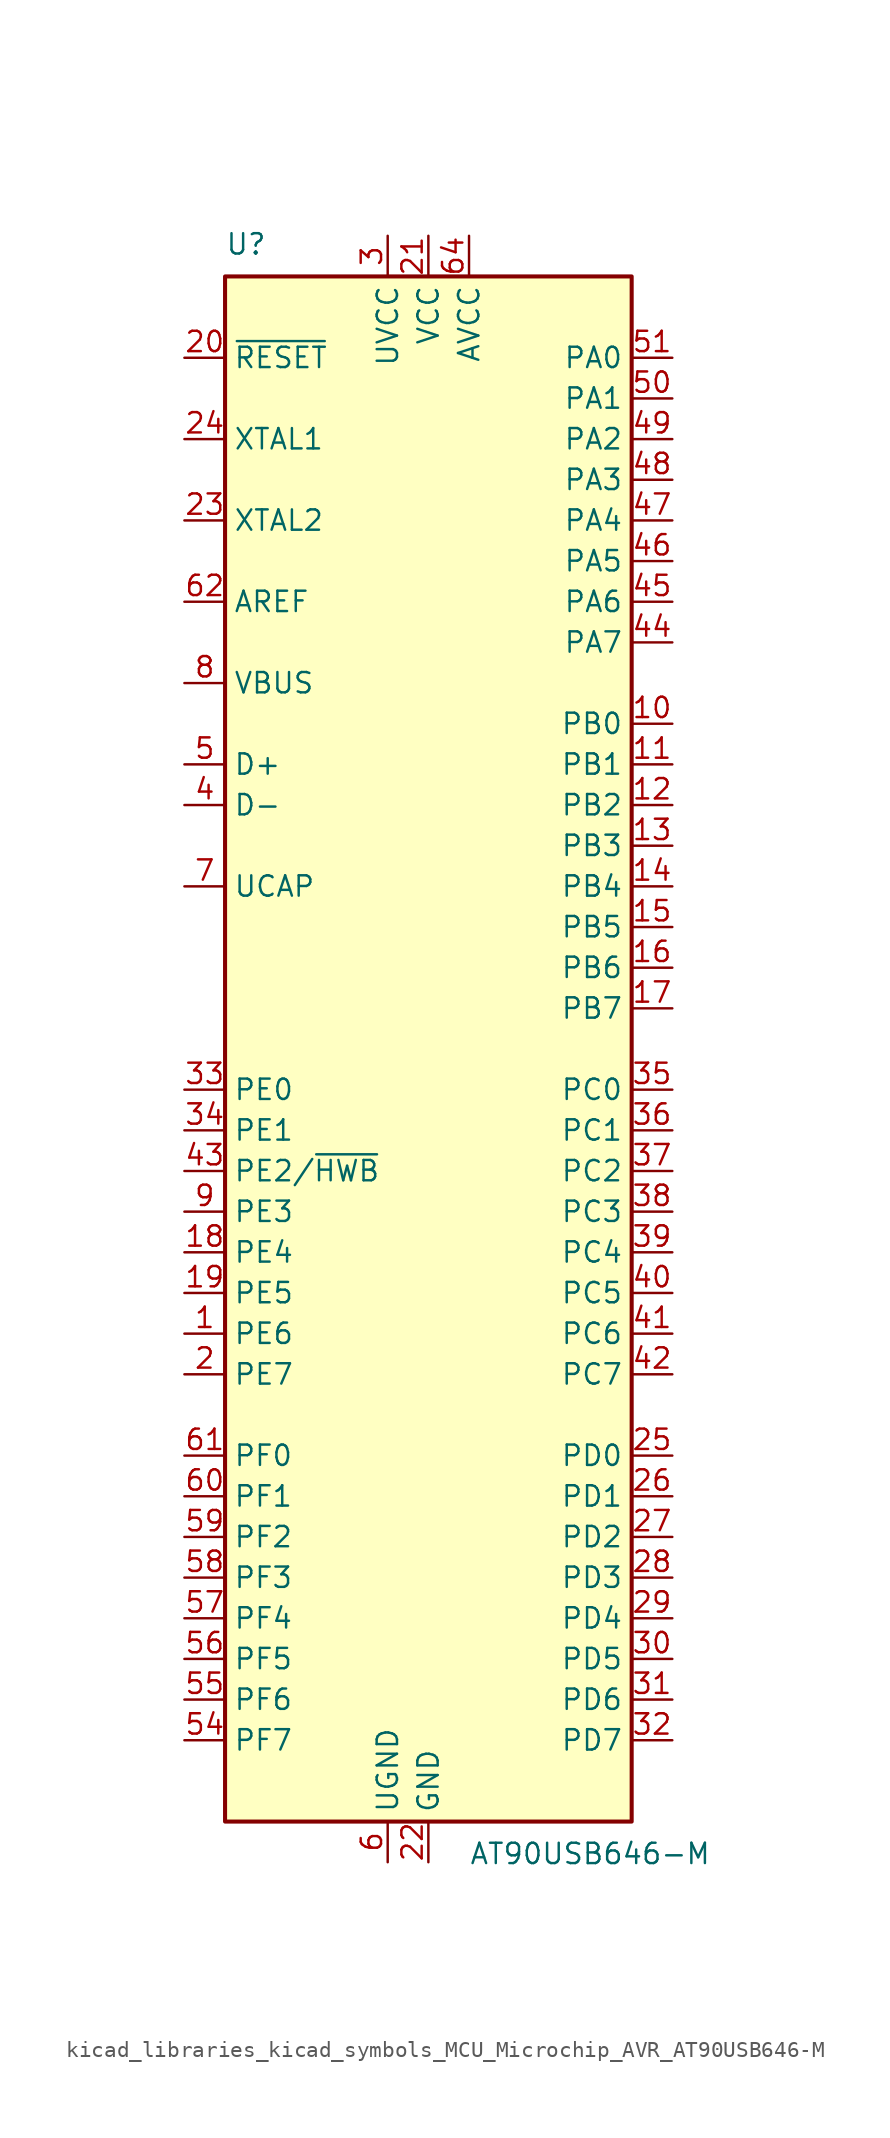
<source format=kicad_sym>
(kicad_symbol_lib
  (version 20220914)
  (generator kicad_symbol_editor)
  (symbol "kicad_libraries_kicad_symbols_MCU_Microchip_AVR_AT90USB646-M"
    (property "Reference" "U"
      (at -12.7 49.53 0)
      (effects (font (size 1.27 1.27)) (justify left bottom)))
    (property "Value" "AT90USB646-M"
      (at 2.54 -49.53 0)
      (effects (font (size 1.27 1.27)) (justify left top)))
    (symbol "kicad_libraries_kicad_symbols_MCU_Microchip_AVR_AT90USB646-M_0_1"
      (rectangle (start -12.7 -48.26) (end 12.7 48.26) (stroke (width 0.254) (type default)) (fill (type background))))
    (symbol "kicad_libraries_kicad_symbols_MCU_Microchip_AVR_AT90USB646-M_1_1"
      (pin bidirectional line (at -15.24 -17.78 0) (length 2.54) (name "PE6" (effects (font (size 1.27 1.27)))) (number "1" (effects (font (size 1.27 1.27)))))
      (pin bidirectional line (at 15.24 20.32 180) (length 2.54) (name "PB0" (effects (font (size 1.27 1.27)))) (number "10" (effects (font (size 1.27 1.27)))))
      (pin bidirectional line (at 15.24 17.78 180) (length 2.54) (name "PB1" (effects (font (size 1.27 1.27)))) (number "11" (effects (font (size 1.27 1.27)))))
      (pin bidirectional line (at 15.24 15.24 180) (length 2.54) (name "PB2" (effects (font (size 1.27 1.27)))) (number "12" (effects (font (size 1.27 1.27)))))
      (pin bidirectional line (at 15.24 12.7 180) (length 2.54) (name "PB3" (effects (font (size 1.27 1.27)))) (number "13" (effects (font (size 1.27 1.27)))))
      (pin bidirectional line (at 15.24 10.16 180) (length 2.54) (name "PB4" (effects (font (size 1.27 1.27)))) (number "14" (effects (font (size 1.27 1.27)))))
      (pin bidirectional line (at 15.24 7.62 180) (length 2.54) (name "PB5" (effects (font (size 1.27 1.27)))) (number "15" (effects (font (size 1.27 1.27)))))
      (pin bidirectional line (at 15.24 5.08 180) (length 2.54) (name "PB6" (effects (font (size 1.27 1.27)))) (number "16" (effects (font (size 1.27 1.27)))))
      (pin bidirectional line (at 15.24 2.54 180) (length 2.54) (name "PB7" (effects (font (size 1.27 1.27)))) (number "17" (effects (font (size 1.27 1.27)))))
      (pin bidirectional line (at -15.24 -12.7 0) (length 2.54) (name "PE4" (effects (font (size 1.27 1.27)))) (number "18" (effects (font (size 1.27 1.27)))))
      (pin bidirectional line (at -15.24 -15.24 0) (length 2.54) (name "PE5" (effects (font (size 1.27 1.27)))) (number "19" (effects (font (size 1.27 1.27)))))
      (pin bidirectional line (at -15.24 -20.32 0) (length 2.54) (name "PE7" (effects (font (size 1.27 1.27)))) (number "2" (effects (font (size 1.27 1.27)))))
      (pin input line (at -15.24 43.18 0) (length 2.54) (name "~{RESET}" (effects (font (size 1.27 1.27)))) (number "20" (effects (font (size 1.27 1.27)))))
      (pin power_in line (at 0 50.8 270) (length 2.54) (name "VCC" (effects (font (size 1.27 1.27)))) (number "21" (effects (font (size 1.27 1.27)))))
      (pin power_in line (at 0 -50.8 90) (length 2.54) (name "GND" (effects (font (size 1.27 1.27)))) (number "22" (effects (font (size 1.27 1.27)))))
      (pin output line (at -15.24 33.02 0) (length 2.54) (name "XTAL2" (effects (font (size 1.27 1.27)))) (number "23" (effects (font (size 1.27 1.27)))))
      (pin input line (at -15.24 38.1 0) (length 2.54) (name "XTAL1" (effects (font (size 1.27 1.27)))) (number "24" (effects (font (size 1.27 1.27)))))
      (pin bidirectional line (at 15.24 -25.4 180) (length 2.54) (name "PD0" (effects (font (size 1.27 1.27)))) (number "25" (effects (font (size 1.27 1.27)))))
      (pin bidirectional line (at 15.24 -27.94 180) (length 2.54) (name "PD1" (effects (font (size 1.27 1.27)))) (number "26" (effects (font (size 1.27 1.27)))))
      (pin bidirectional line (at 15.24 -30.48 180) (length 2.54) (name "PD2" (effects (font (size 1.27 1.27)))) (number "27" (effects (font (size 1.27 1.27)))))
      (pin bidirectional line (at 15.24 -33.02 180) (length 2.54) (name "PD3" (effects (font (size 1.27 1.27)))) (number "28" (effects (font (size 1.27 1.27)))))
      (pin bidirectional line (at 15.24 -35.56 180) (length 2.54) (name "PD4" (effects (font (size 1.27 1.27)))) (number "29" (effects (font (size 1.27 1.27)))))
      (pin power_in line (at -2.54 50.8 270) (length 2.54) (name "UVCC" (effects (font (size 1.27 1.27)))) (number "3" (effects (font (size 1.27 1.27)))))
      (pin bidirectional line (at 15.24 -38.1 180) (length 2.54) (name "PD5" (effects (font (size 1.27 1.27)))) (number "30" (effects (font (size 1.27 1.27)))))
      (pin bidirectional line (at 15.24 -40.64 180) (length 2.54) (name "PD6" (effects (font (size 1.27 1.27)))) (number "31" (effects (font (size 1.27 1.27)))))
      (pin bidirectional line (at 15.24 -43.18 180) (length 2.54) (name "PD7" (effects (font (size 1.27 1.27)))) (number "32" (effects (font (size 1.27 1.27)))))
      (pin bidirectional line (at -15.24 -2.54 0) (length 2.54) (name "PE0" (effects (font (size 1.27 1.27)))) (number "33" (effects (font (size 1.27 1.27)))))
      (pin bidirectional line (at -15.24 -5.08 0) (length 2.54) (name "PE1" (effects (font (size 1.27 1.27)))) (number "34" (effects (font (size 1.27 1.27)))))
      (pin bidirectional line (at 15.24 -2.54 180) (length 2.54) (name "PC0" (effects (font (size 1.27 1.27)))) (number "35" (effects (font (size 1.27 1.27)))))
      (pin bidirectional line (at 15.24 -5.08 180) (length 2.54) (name "PC1" (effects (font (size 1.27 1.27)))) (number "36" (effects (font (size 1.27 1.27)))))
      (pin bidirectional line (at 15.24 -7.62 180) (length 2.54) (name "PC2" (effects (font (size 1.27 1.27)))) (number "37" (effects (font (size 1.27 1.27)))))
      (pin bidirectional line (at 15.24 -10.16 180) (length 2.54) (name "PC3" (effects (font (size 1.27 1.27)))) (number "38" (effects (font (size 1.27 1.27)))))
      (pin bidirectional line (at 15.24 -12.7 180) (length 2.54) (name "PC4" (effects (font (size 1.27 1.27)))) (number "39" (effects (font (size 1.27 1.27)))))
      (pin bidirectional line (at -15.24 15.24 0) (length 2.54) (name "D-" (effects (font (size 1.27 1.27)))) (number "4" (effects (font (size 1.27 1.27)))))
      (pin bidirectional line (at 15.24 -15.24 180) (length 2.54) (name "PC5" (effects (font (size 1.27 1.27)))) (number "40" (effects (font (size 1.27 1.27)))))
      (pin bidirectional line (at 15.24 -17.78 180) (length 2.54) (name "PC6" (effects (font (size 1.27 1.27)))) (number "41" (effects (font (size 1.27 1.27)))))
      (pin bidirectional line (at 15.24 -20.32 180) (length 2.54) (name "PC7" (effects (font (size 1.27 1.27)))) (number "42" (effects (font (size 1.27 1.27)))))
      (pin bidirectional line (at -15.24 -7.62 0) (length 2.54) (name "PE2/~{HWB}" (effects (font (size 1.27 1.27)))) (number "43" (effects (font (size 1.27 1.27)))))
      (pin bidirectional line (at 15.24 25.4 180) (length 2.54) (name "PA7" (effects (font (size 1.27 1.27)))) (number "44" (effects (font (size 1.27 1.27)))))
      (pin bidirectional line (at 15.24 27.94 180) (length 2.54) (name "PA6" (effects (font (size 1.27 1.27)))) (number "45" (effects (font (size 1.27 1.27)))))
      (pin bidirectional line (at 15.24 30.48 180) (length 2.54) (name "PA5" (effects (font (size 1.27 1.27)))) (number "46" (effects (font (size 1.27 1.27)))))
      (pin bidirectional line (at 15.24 33.02 180) (length 2.54) (name "PA4" (effects (font (size 1.27 1.27)))) (number "47" (effects (font (size 1.27 1.27)))))
      (pin bidirectional line (at 15.24 35.56 180) (length 2.54) (name "PA3" (effects (font (size 1.27 1.27)))) (number "48" (effects (font (size 1.27 1.27)))))
      (pin bidirectional line (at 15.24 38.1 180) (length 2.54) (name "PA2" (effects (font (size 1.27 1.27)))) (number "49" (effects (font (size 1.27 1.27)))))
      (pin bidirectional line (at -15.24 17.78 0) (length 2.54) (name "D+" (effects (font (size 1.27 1.27)))) (number "5" (effects (font (size 1.27 1.27)))))
      (pin bidirectional line (at 15.24 40.64 180) (length 2.54) (name "PA1" (effects (font (size 1.27 1.27)))) (number "50" (effects (font (size 1.27 1.27)))))
      (pin bidirectional line (at 15.24 43.18 180) (length 2.54) (name "PA0" (effects (font (size 1.27 1.27)))) (number "51" (effects (font (size 1.27 1.27)))))
      (pin passive line (at 0 50.8 270) (length 2.54) hide (name "VCC" (effects (font (size 1.27 1.27)))) (number "52" (effects (font (size 1.27 1.27)))))
      (pin passive line (at 0 -50.8 90) (length 2.54) hide (name "GND" (effects (font (size 1.27 1.27)))) (number "53" (effects (font (size 1.27 1.27)))))
      (pin bidirectional line (at -15.24 -43.18 0) (length 2.54) (name "PF7" (effects (font (size 1.27 1.27)))) (number "54" (effects (font (size 1.27 1.27)))))
      (pin bidirectional line (at -15.24 -40.64 0) (length 2.54) (name "PF6" (effects (font (size 1.27 1.27)))) (number "55" (effects (font (size 1.27 1.27)))))
      (pin bidirectional line (at -15.24 -38.1 0) (length 2.54) (name "PF5" (effects (font (size 1.27 1.27)))) (number "56" (effects (font (size 1.27 1.27)))))
      (pin bidirectional line (at -15.24 -35.56 0) (length 2.54) (name "PF4" (effects (font (size 1.27 1.27)))) (number "57" (effects (font (size 1.27 1.27)))))
      (pin bidirectional line (at -15.24 -33.02 0) (length 2.54) (name "PF3" (effects (font (size 1.27 1.27)))) (number "58" (effects (font (size 1.27 1.27)))))
      (pin bidirectional line (at -15.24 -30.48 0) (length 2.54) (name "PF2" (effects (font (size 1.27 1.27)))) (number "59" (effects (font (size 1.27 1.27)))))
      (pin power_in line (at -2.54 -50.8 90) (length 2.54) (name "UGND" (effects (font (size 1.27 1.27)))) (number "6" (effects (font (size 1.27 1.27)))))
      (pin bidirectional line (at -15.24 -27.94 0) (length 2.54) (name "PF1" (effects (font (size 1.27 1.27)))) (number "60" (effects (font (size 1.27 1.27)))))
      (pin bidirectional line (at -15.24 -25.4 0) (length 2.54) (name "PF0" (effects (font (size 1.27 1.27)))) (number "61" (effects (font (size 1.27 1.27)))))
      (pin passive line (at -15.24 27.94 0) (length 2.54) (name "AREF" (effects (font (size 1.27 1.27)))) (number "62" (effects (font (size 1.27 1.27)))))
      (pin passive line (at 0 -50.8 90) (length 2.54) hide (name "GND" (effects (font (size 1.27 1.27)))) (number "63" (effects (font (size 1.27 1.27)))))
      (pin power_in line (at 2.54 50.8 270) (length 2.54) (name "AVCC" (effects (font (size 1.27 1.27)))) (number "64" (effects (font (size 1.27 1.27)))))
      (pin passive line (at 0 -50.8 90) (length 2.54) hide (name "GND" (effects (font (size 1.27 1.27)))) (number "65" (effects (font (size 1.27 1.27)))))
      (pin passive line (at -15.24 10.16 0) (length 2.54) (name "UCAP" (effects (font (size 1.27 1.27)))) (number "7" (effects (font (size 1.27 1.27)))))
      (pin input line (at -15.24 22.86 0) (length 2.54) (name "VBUS" (effects (font (size 1.27 1.27)))) (number "8" (effects (font (size 1.27 1.27)))))
      (pin bidirectional line (at -15.24 -10.16 0) (length 2.54) (name "PE3" (effects (font (size 1.27 1.27)))) (number "9" (effects (font (size 1.27 1.27))))))))
</source>
